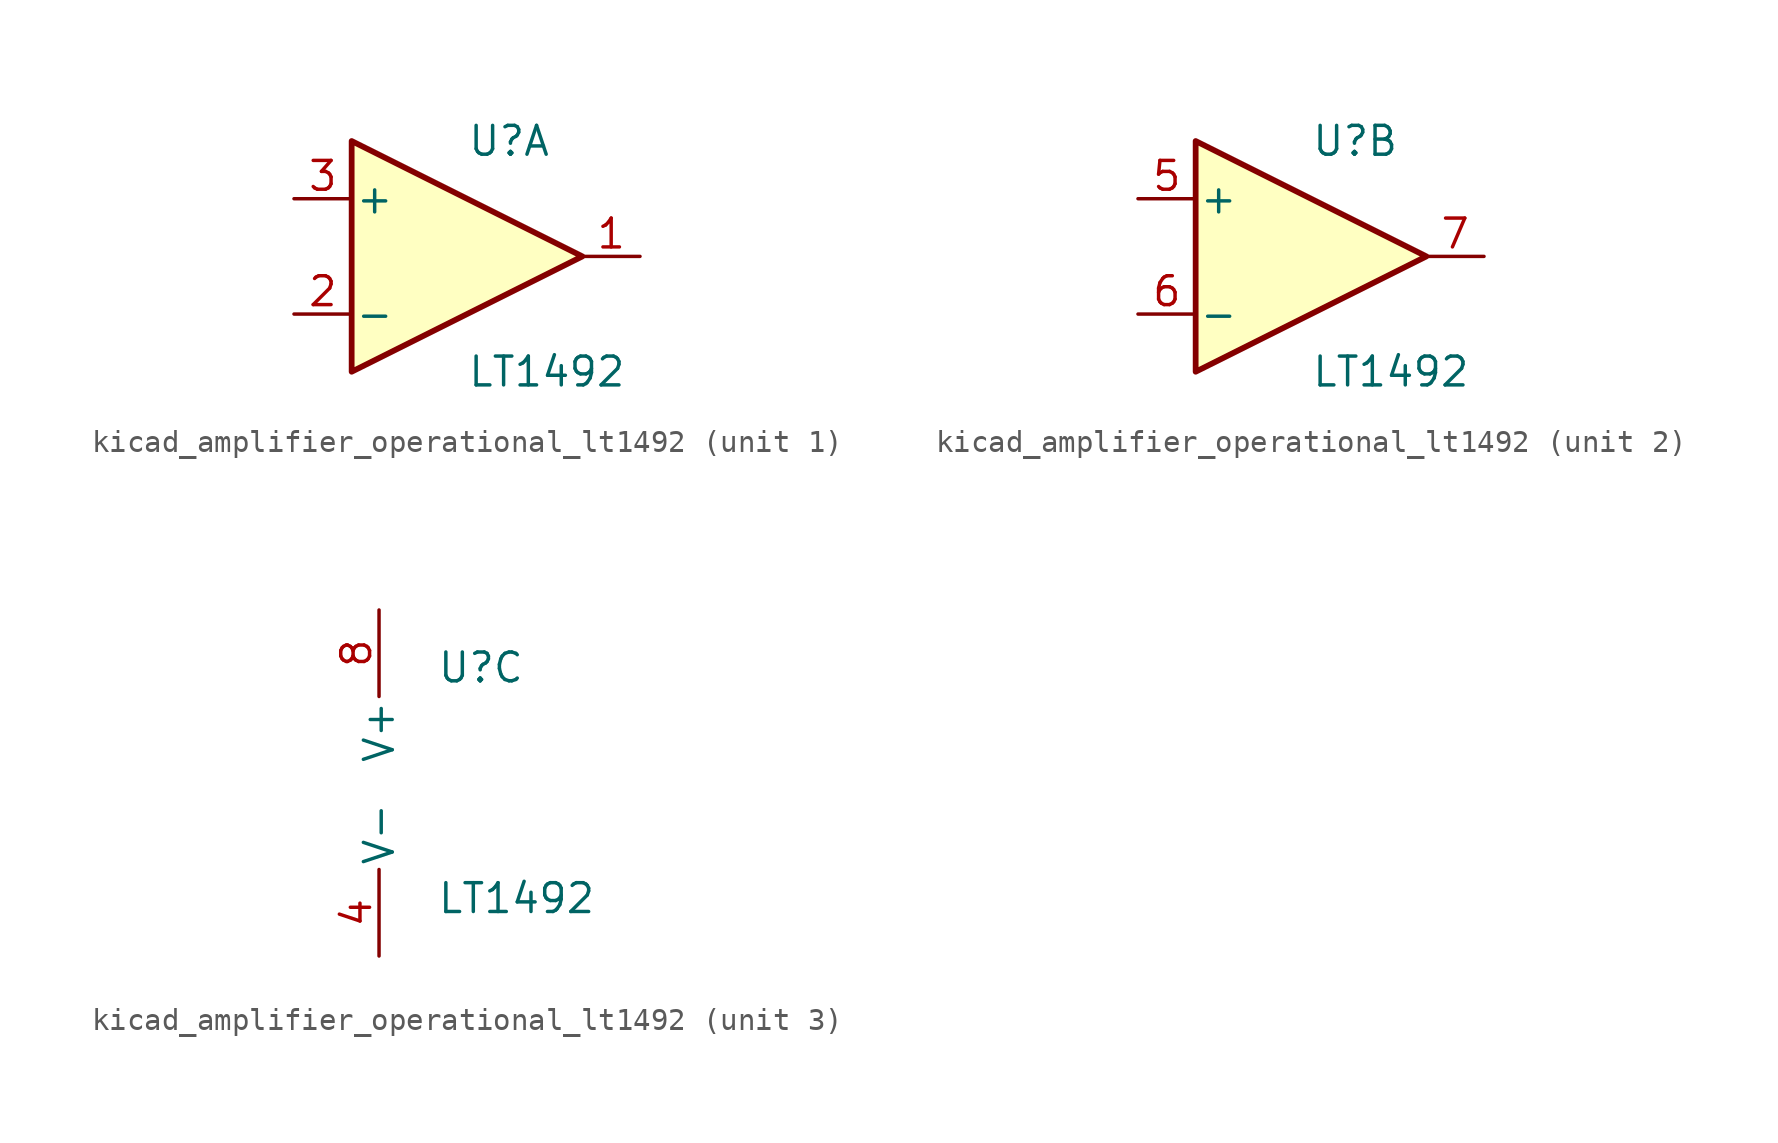
<source format=kicad_sym>
(kicad_symbol_lib
  (version 20220914)
  (generator kicad_symbol_editor)
  (symbol "kicad_amplifier_operational_lt1492"
    (pin_names
      (offset 0.127))
    (property "Reference" "U"
      (at 0 5.08 0)
      (effects (font (size 1.27 1.27)) (justify left)))
    (property "Value" "LT1492"
      (at 0 -5.08 0)
      (effects (font (size 1.27 1.27)) (justify left)))
    (property "ki_locked" ""
      (at 0 0 0)
      (effects (font (size 1.27 1.27))))
    (symbol "kicad_amplifier_operational_lt1492_1_1"
      (polyline (pts (xy -5.08 5.08) (xy 5.08 0) (xy -5.08 -5.08) (xy -5.08 5.08)) (stroke (width 0.254) (type default)) (fill (type background)))
      (pin output line (at 7.62 0 180) (length 2.54) (name "~" (effects (font (size 1.27 1.27)))) (number "1" (effects (font (size 1.27 1.27)))))
      (pin input line (at -7.62 -2.54 0) (length 2.54) (name "-" (effects (font (size 1.27 1.27)))) (number "2" (effects (font (size 1.27 1.27)))))
      (pin input line (at -7.62 2.54 0) (length 2.54) (name "+" (effects (font (size 1.27 1.27)))) (number "3" (effects (font (size 1.27 1.27))))))
    (symbol "kicad_amplifier_operational_lt1492_2_1"
      (polyline (pts (xy -5.08 5.08) (xy 5.08 0) (xy -5.08 -5.08) (xy -5.08 5.08)) (stroke (width 0.254) (type default)) (fill (type background)))
      (pin input line (at -7.62 2.54 0) (length 2.54) (name "+" (effects (font (size 1.27 1.27)))) (number "5" (effects (font (size 1.27 1.27)))))
      (pin input line (at -7.62 -2.54 0) (length 2.54) (name "-" (effects (font (size 1.27 1.27)))) (number "6" (effects (font (size 1.27 1.27)))))
      (pin output line (at 7.62 0 180) (length 2.54) (name "~" (effects (font (size 1.27 1.27)))) (number "7" (effects (font (size 1.27 1.27))))))
    (symbol "kicad_amplifier_operational_lt1492_3_1"
      (pin power_in line (at -2.54 -7.62 90) (length 3.81) (name "V-" (effects (font (size 1.27 1.27)))) (number "4" (effects (font (size 1.27 1.27)))))
      (pin power_in line (at -2.54 7.62 270) (length 3.81) (name "V+" (effects (font (size 1.27 1.27)))) (number "8" (effects (font (size 1.27 1.27))))))))
</source>
